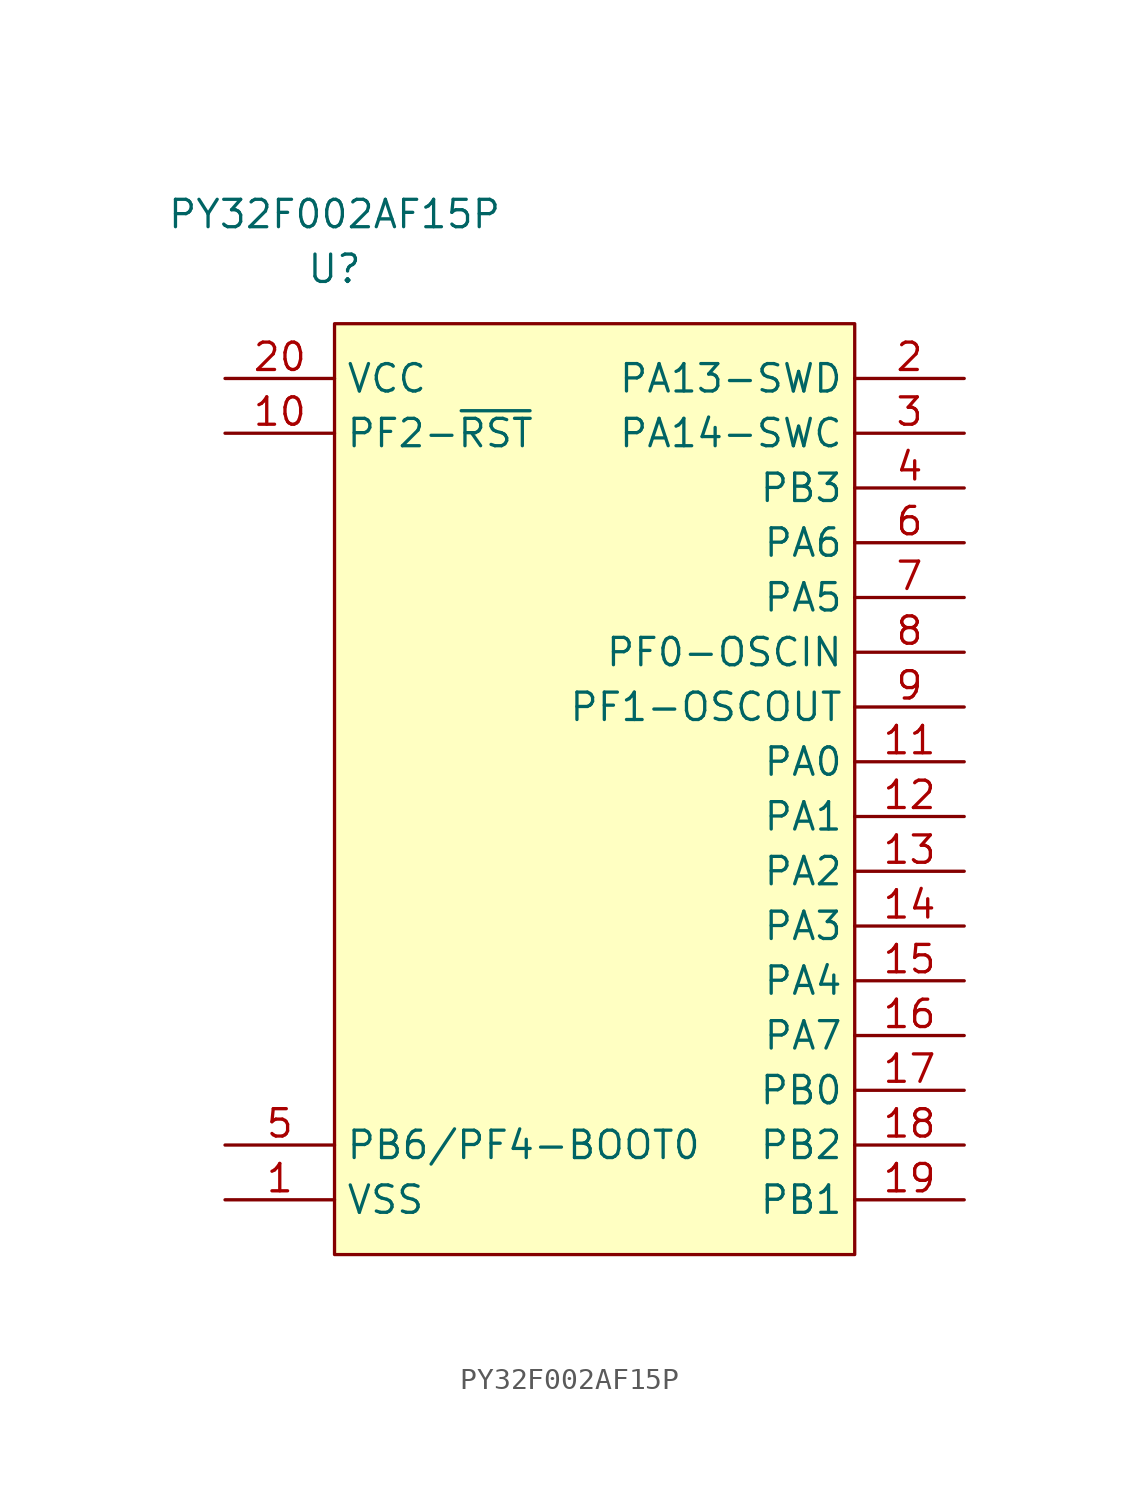
<source format=kicad_sym>
(kicad_symbol_lib
  (version 20211014)
  (generator kicad_symbol_editor)
  (symbol "PY32F002AF15P"
    (property "Reference" "U"
      (at 5.08 2.54 0)
      (effects (font (size 1.27 1.27))))
    (property "Value" "PY32F002AF15P"
      (at 5.08 5.08 0)
      (effects (font (size 1.27 1.27))))
    (symbol "PY32F002AF15P_0_1"
      (rectangle (start 5.08 0) (end 29.21 -43.18) (stroke (width 0) (type default) (color 0 0 0 0)) (fill (type background))))
    (symbol "PY32F002AF15P_1_1"
      (pin power_in line (at 0 -40.64 0) (length 5.08) (name "VSS" (effects (font (size 1.27 1.27)))) (number "1" (effects (font (size 1.27 1.27)))))
      (pin bidirectional line (at 0 -5.08 0) (length 5.08) (name "PF2-~{RST}" (effects (font (size 1.27 1.27)))) (number "10" (effects (font (size 1.27 1.27)))))
      (pin bidirectional line (at 34.29 -20.32 180) (length 5.08) (name "PA0" (effects (font (size 1.27 1.27)))) (number "11" (effects (font (size 1.27 1.27)))))
      (pin bidirectional line (at 34.29 -22.86 180) (length 5.08) (name "PA1" (effects (font (size 1.27 1.27)))) (number "12" (effects (font (size 1.27 1.27)))))
      (pin bidirectional line (at 34.29 -25.4 180) (length 5.08) (name "PA2" (effects (font (size 1.27 1.27)))) (number "13" (effects (font (size 1.27 1.27)))))
      (pin bidirectional line (at 34.29 -27.94 180) (length 5.08) (name "PA3" (effects (font (size 1.27 1.27)))) (number "14" (effects (font (size 1.27 1.27)))))
      (pin bidirectional line (at 34.29 -30.48 180) (length 5.08) (name "PA4" (effects (font (size 1.27 1.27)))) (number "15" (effects (font (size 1.27 1.27)))))
      (pin bidirectional line (at 34.29 -33.02 180) (length 5.08) (name "PA7" (effects (font (size 1.27 1.27)))) (number "16" (effects (font (size 1.27 1.27)))))
      (pin bidirectional line (at 34.29 -35.56 180) (length 5.08) (name "PB0" (effects (font (size 1.27 1.27)))) (number "17" (effects (font (size 1.27 1.27)))))
      (pin bidirectional line (at 34.29 -38.1 180) (length 5.08) (name "PB2" (effects (font (size 1.27 1.27)))) (number "18" (effects (font (size 1.27 1.27)))))
      (pin bidirectional line (at 34.29 -40.64 180) (length 5.08) (name "PB1" (effects (font (size 1.27 1.27)))) (number "19" (effects (font (size 1.27 1.27)))))
      (pin bidirectional line (at 34.29 -2.54 180) (length 5.08) (name "PA13-SWD" (effects (font (size 1.27 1.27)))) (number "2" (effects (font (size 1.27 1.27)))))
      (pin power_in line (at 0 -2.54 0) (length 5.08) (name "VCC" (effects (font (size 1.27 1.27)))) (number "20" (effects (font (size 1.27 1.27)))))
      (pin bidirectional line (at 34.29 -5.08 180) (length 5.08) (name "PA14-SWC" (effects (font (size 1.27 1.27)))) (number "3" (effects (font (size 1.27 1.27)))))
      (pin bidirectional line (at 34.29 -7.62 180) (length 5.08) (name "PB3" (effects (font (size 1.27 1.27)))) (number "4" (effects (font (size 1.27 1.27)))))
      (pin bidirectional line (at 0 -38.1 0) (length 5.08) (name "PB6/PF4-BOOT0" (effects (font (size 1.27 1.27)))) (number "5" (effects (font (size 1.27 1.27)))))
      (pin bidirectional line (at 34.29 -10.16 180) (length 5.08) (name "PA6" (effects (font (size 1.27 1.27)))) (number "6" (effects (font (size 1.27 1.27)))))
      (pin bidirectional line (at 34.29 -12.7 180) (length 5.08) (name "PA5" (effects (font (size 1.27 1.27)))) (number "7" (effects (font (size 1.27 1.27)))))
      (pin bidirectional line (at 34.29 -15.24 180) (length 5.08) (name "PF0-OSCIN" (effects (font (size 1.27 1.27)))) (number "8" (effects (font (size 1.27 1.27)))))
      (pin bidirectional line (at 34.29 -17.78 180) (length 5.08) (name "PF1-OSCOUT" (effects (font (size 1.27 1.27)))) (number "9" (effects (font (size 1.27 1.27))))))))
</source>
